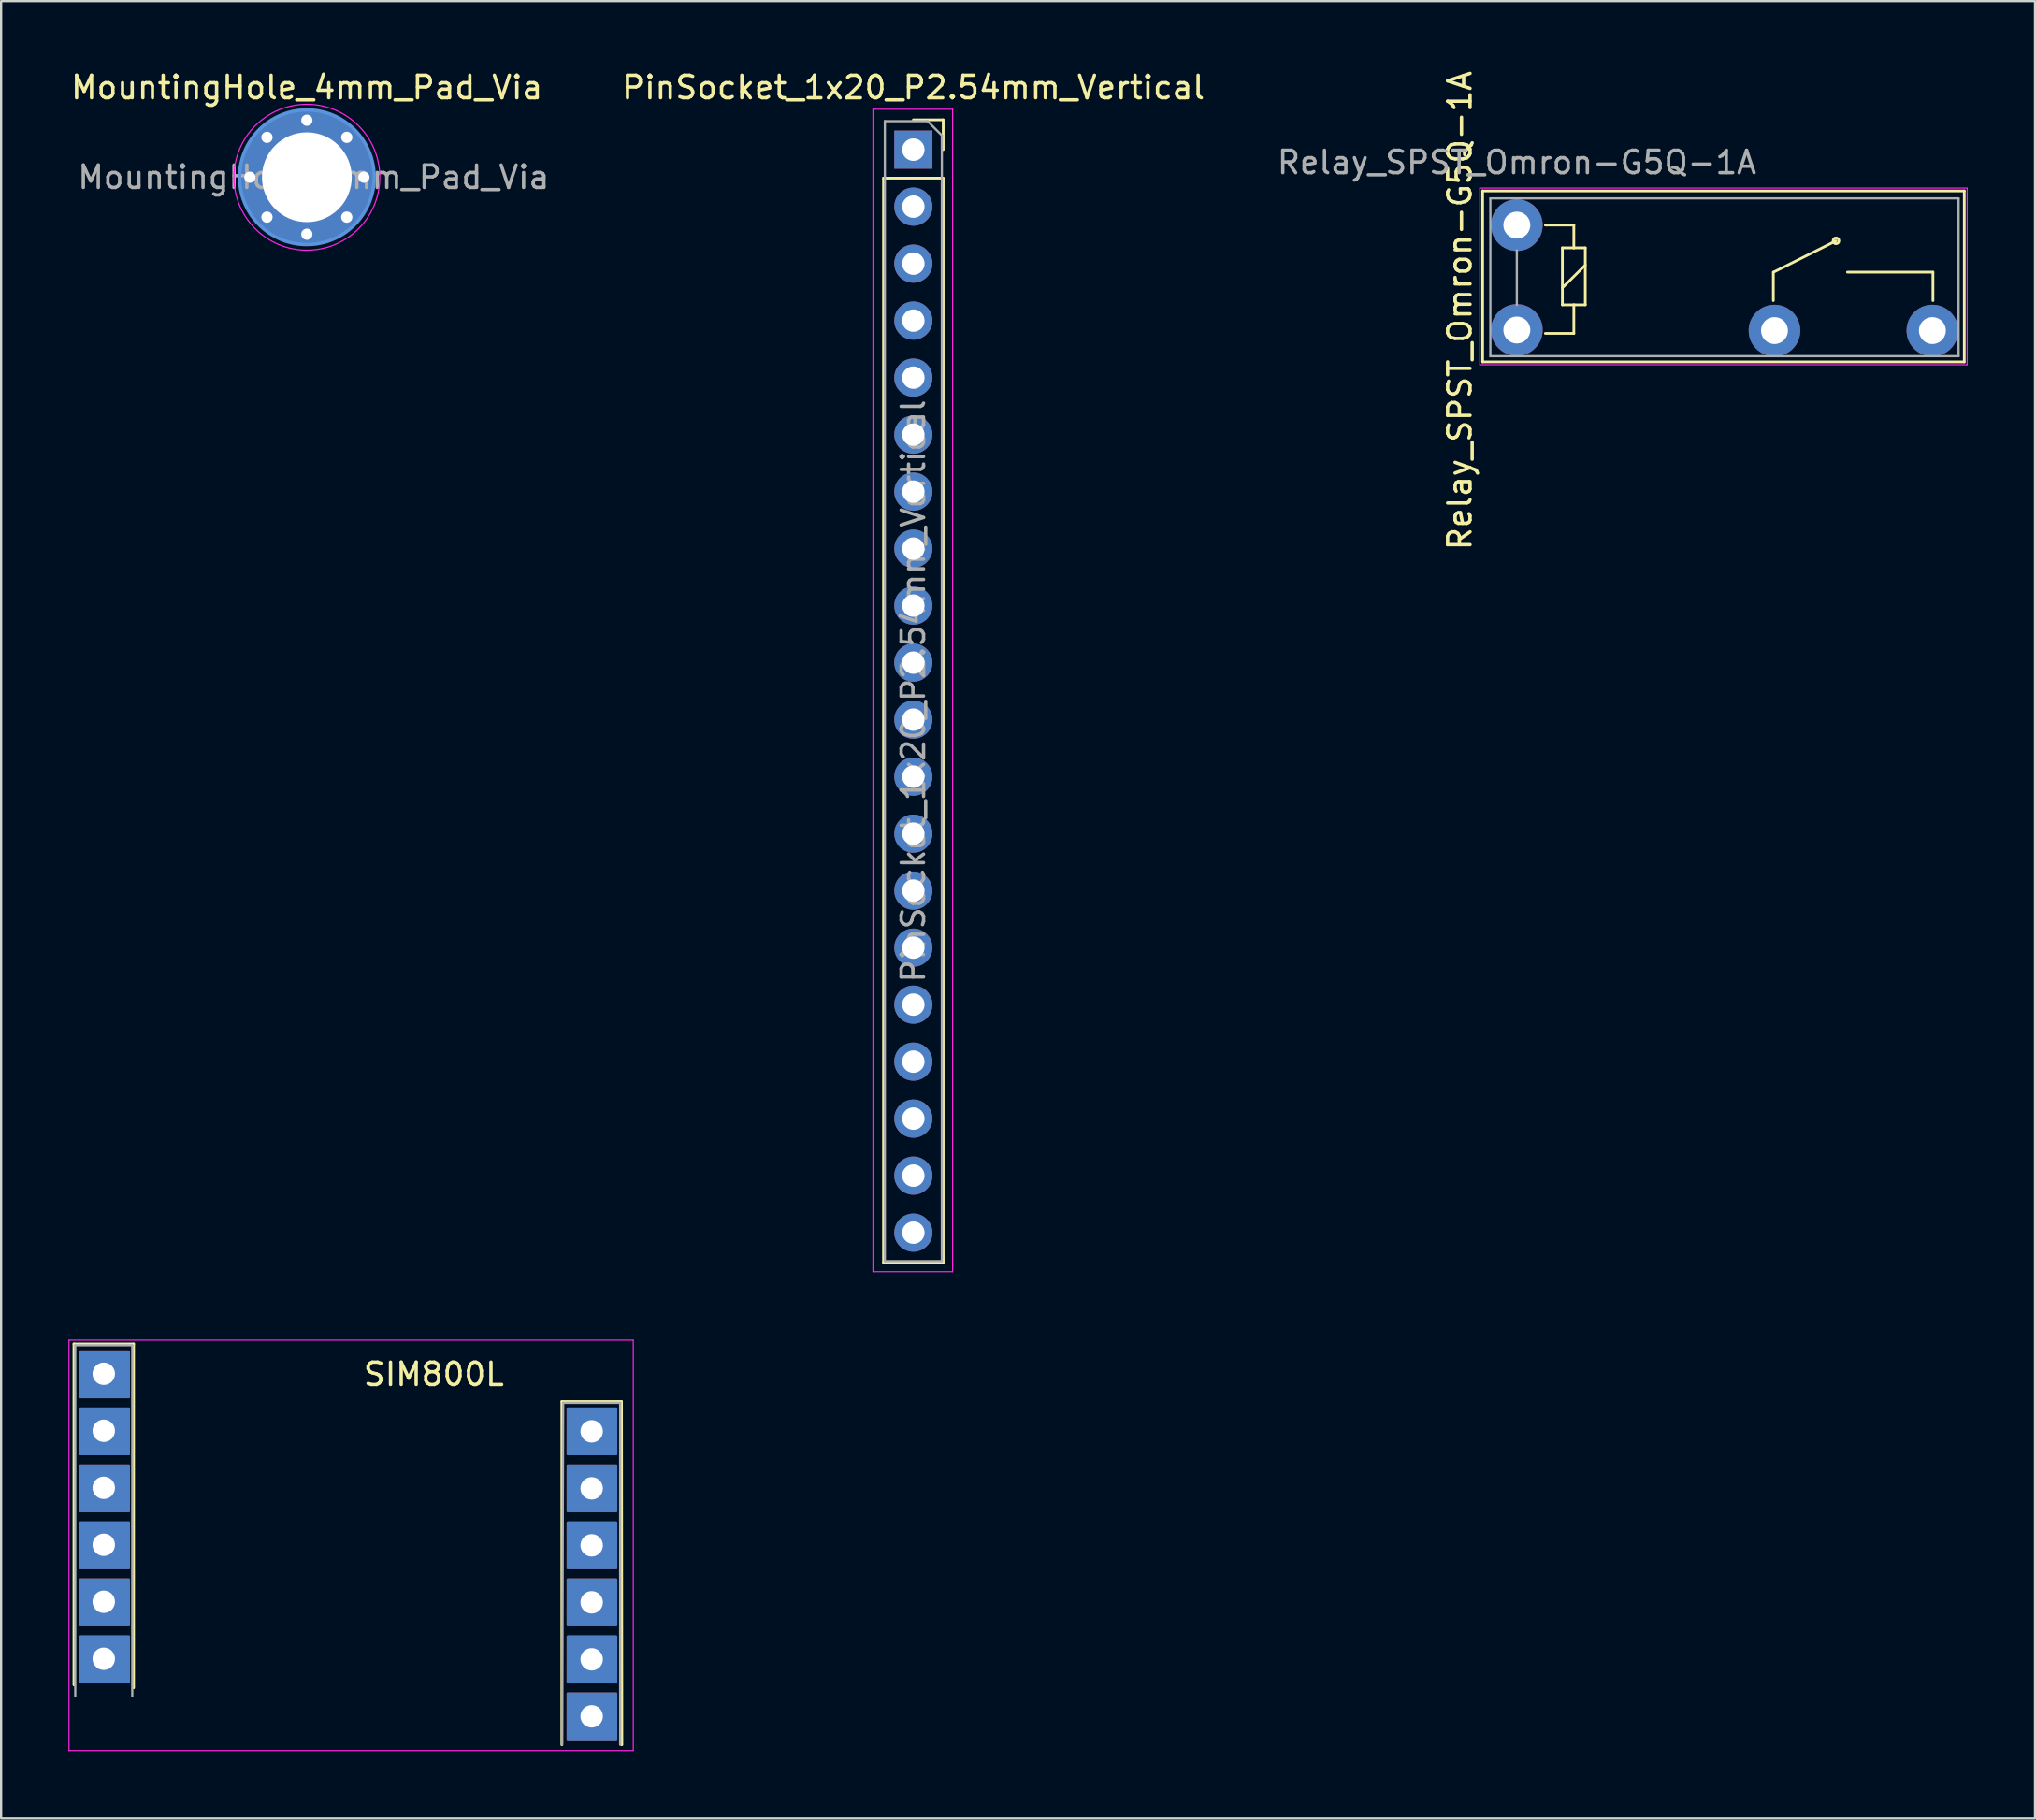
<source format=kicad_pcb>
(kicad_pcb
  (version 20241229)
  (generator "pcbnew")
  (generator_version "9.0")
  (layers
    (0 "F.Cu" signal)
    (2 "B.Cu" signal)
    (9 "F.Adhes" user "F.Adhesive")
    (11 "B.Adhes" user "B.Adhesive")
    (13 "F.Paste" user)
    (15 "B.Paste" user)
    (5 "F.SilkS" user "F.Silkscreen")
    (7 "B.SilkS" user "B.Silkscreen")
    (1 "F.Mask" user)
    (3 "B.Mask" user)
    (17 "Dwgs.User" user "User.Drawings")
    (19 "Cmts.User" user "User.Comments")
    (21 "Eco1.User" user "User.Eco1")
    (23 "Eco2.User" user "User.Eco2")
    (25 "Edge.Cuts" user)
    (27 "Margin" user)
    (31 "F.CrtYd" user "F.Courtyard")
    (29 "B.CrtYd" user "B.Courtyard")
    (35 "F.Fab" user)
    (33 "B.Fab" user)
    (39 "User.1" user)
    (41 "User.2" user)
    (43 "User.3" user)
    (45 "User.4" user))
  (footprint "SIM800L"
    (layer "F.Cu")
    (at 1.549 58.192)
    (property "Reference" "SIM800L" (at 14.732 0 0) (layer "F.SilkS") (effects (font (size 1 1) (thickness 0.15))))
    (attr through_hole)
    (fp_poly (pts (xy 1.143 1.016) (xy -1.016 1.016) (xy -1.016 -1.016) (xy 1.143 -1.016)) (stroke (width 0.1) (type solid)) (fill yes) (layer "F.Cu"))
    (fp_poly (pts (xy 1.143 3.556) (xy -1.016 3.556) (xy -1.016 1.524) (xy 1.143 1.524)) (stroke (width 0.1) (type solid)) (fill yes) (layer "F.Cu"))
    (fp_poly (pts (xy 1.143 6.096) (xy -1.016 6.096) (xy -1.016 4.064) (xy 1.143 4.064)) (stroke (width 0.1) (type solid)) (fill yes) (layer "F.Cu"))
    (fp_poly (pts (xy 1.143 8.636) (xy -1.016 8.636) (xy -1.016 6.604) (xy 1.143 6.604)) (stroke (width 0.1) (type solid)) (fill yes) (layer "F.Cu"))
    (fp_poly (pts (xy 1.143 11.176) (xy -1.016 11.176) (xy -1.016 9.144) (xy 1.143 9.144)) (stroke (width 0.1) (type solid)) (fill yes) (layer "F.Cu"))
    (fp_poly (pts (xy 1.143 13.716) (xy -1.016 13.716) (xy -1.016 11.684) (xy 1.143 11.684)) (stroke (width 0.1) (type solid)) (fill yes) (layer "F.Cu"))
    (fp_poly (pts (xy 22.86 3.556) (xy 20.701 3.556) (xy 20.701 1.524) (xy 22.86 1.524)) (stroke (width 0.1) (type solid)) (fill yes) (layer "F.Cu"))
    (fp_poly (pts (xy 22.86 6.096) (xy 20.701 6.096) (xy 20.701 4.064) (xy 22.86 4.064)) (stroke (width 0.1) (type solid)) (fill yes) (layer "F.Cu"))
    (fp_poly (pts (xy 22.86 8.636) (xy 20.701 8.636) (xy 20.701 6.604) (xy 22.86 6.604)) (stroke (width 0.1) (type solid)) (fill yes) (layer "F.Cu"))
    (fp_poly (pts (xy 22.86 11.176) (xy 20.701 11.176) (xy 20.701 9.144) (xy 22.86 9.144)) (stroke (width 0.1) (type solid)) (fill yes) (layer "F.Cu"))
    (fp_poly (pts (xy 22.86 13.716) (xy 20.701 13.716) (xy 20.701 11.684) (xy 22.86 11.684)) (stroke (width 0.1) (type solid)) (fill yes) (layer "F.Cu"))
    (fp_poly (pts (xy 22.86 16.256) (xy 20.701 16.256) (xy 20.701 14.224) (xy 22.86 14.224)) (stroke (width 0.1) (type solid)) (fill yes) (layer "F.Cu"))
    (fp_poly (pts (xy 1.143 1.016) (xy -1.016 1.016) (xy -1.016 -1.016) (xy 1.143 -1.016)) (stroke (width 0.1) (type solid)) (fill yes) (layer "B.Cu"))
    (fp_poly (pts (xy 1.143 3.556) (xy -1.016 3.556) (xy -1.016 1.524) (xy 1.143 1.524)) (stroke (width 0.1) (type solid)) (fill yes) (layer "B.Cu"))
    (fp_poly (pts (xy 1.143 6.096) (xy -1.016 6.096) (xy -1.016 4.064) (xy 1.143 4.064)) (stroke (width 0.1) (type solid)) (fill yes) (layer "B.Cu"))
    (fp_poly (pts (xy 1.143 8.636) (xy -1.016 8.636) (xy -1.016 6.604) (xy 1.143 6.604)) (stroke (width 0.1) (type solid)) (fill yes) (layer "B.Cu"))
    (fp_poly (pts (xy 1.143 11.176) (xy -1.016 11.176) (xy -1.016 9.144) (xy 1.143 9.144)) (stroke (width 0.1) (type solid)) (fill yes) (layer "B.Cu"))
    (fp_poly (pts (xy 1.143 13.716) (xy -1.016 13.716) (xy -1.016 11.684) (xy 1.143 11.684)) (stroke (width 0.1) (type solid)) (fill yes) (layer "B.Cu"))
    (fp_poly (pts (xy 22.86 3.556) (xy 20.701 3.556) (xy 20.701 1.524) (xy 22.86 1.524)) (stroke (width 0.1) (type solid)) (fill yes) (layer "B.Cu"))
    (fp_poly (pts (xy 22.86 6.096) (xy 20.701 6.096) (xy 20.701 4.064) (xy 22.86 4.064)) (stroke (width 0.1) (type solid)) (fill yes) (layer "B.Cu"))
    (fp_poly (pts (xy 22.86 8.636) (xy 20.701 8.636) (xy 20.701 6.604) (xy 22.86 6.604)) (stroke (width 0.1) (type solid)) (fill yes) (layer "B.Cu"))
    (fp_poly (pts (xy 22.86 11.176) (xy 20.701 11.176) (xy 20.701 9.144) (xy 22.86 9.144)) (stroke (width 0.1) (type solid)) (fill yes) (layer "B.Cu"))
    (fp_poly (pts (xy 22.86 13.716) (xy 20.701 13.716) (xy 20.701 11.684) (xy 22.86 11.684)) (stroke (width 0.1) (type solid)) (fill yes) (layer "B.Cu"))
    (fp_poly (pts (xy 22.86 16.256) (xy 20.701 16.256) (xy 20.701 14.224) (xy 22.86 14.224)) (stroke (width 0.1) (type solid)) (fill yes) (layer "B.Cu"))
    (fp_line (start -1.305 13.843) (end -1.305 -1.355) (stroke (width 0.12) (type solid)) (layer "F.SilkS"))
    (fp_line (start 1.355 -1.355) (end -1.305 -1.355) (stroke (width 0.12) (type solid)) (layer "F.SilkS"))
    (fp_line (start 1.355 13.97) (end 1.355 -1.355) (stroke (width 0.12) (type solid)) (layer "F.SilkS"))
    (fp_line (start 20.438 16.51) (end 20.438 1.21) (stroke (width 0.12) (type solid)) (layer "F.SilkS"))
    (fp_line (start 23.098 1.21) (end 20.438 1.21) (stroke (width 0.12) (type solid)) (layer "F.SilkS"))
    (fp_line (start 23.114 16.51) (end 23.098 1.21) (stroke (width 0.12) (type solid)) (layer "F.SilkS"))
    (fp_line (start -1.524 16.764) (end -1.524 -1.524) (stroke (width 0.05) (type solid)) (layer "F.CrtYd"))
    (fp_line (start 23.622 -1.524) (end -1.524 -1.524) (stroke (width 0.05) (type solid)) (layer "F.CrtYd"))
    (fp_line (start 23.622 -1.524) (end 23.622 16.764) (stroke (width 0.05) (type solid)) (layer "F.CrtYd"))
    (fp_line (start 23.622 16.764) (end -1.524 16.764) (stroke (width 0.05) (type solid)) (layer "F.CrtYd"))
    (fp_line (start -1.245 -1.295) (end 1.295 -1.295) (stroke (width 0.1) (type solid)) (layer "F.Fab"))
    (fp_line (start -1.245 14.351) (end -1.245 -1.295) (stroke (width 0.1) (type solid)) (layer "F.Fab"))
    (fp_line (start 1.295 -1.295) (end 1.295 14.351) (stroke (width 0.1) (type solid)) (layer "F.Fab"))
    (fp_line (start 20.447 16.51) (end 20.498 1.27) (stroke (width 0.1) (type solid)) (layer "F.Fab"))
    (fp_line (start 20.498 1.27) (end 23.038 1.27) (stroke (width 0.1) (type solid)) (layer "F.Fab"))
    (fp_line (start 23.038 1.27) (end 23.038 16.51) (stroke (width 0.1) (type solid)) (layer "F.Fab"))
    (pad "1" thru_hole oval (at 21.768 2.54 180) (size 1.7 1.7) (drill 1) (layers "*.Cu" "*.Mask"))
    (pad "2" thru_hole oval (at 21.768 5.08 180) (size 1.7 1.7) (drill 1) (layers "*.Cu" "*.Mask"))
    (pad "3" thru_hole oval (at 21.768 7.62 180) (size 1.7 1.7) (drill 1) (layers "*.Cu" "*.Mask"))
    (pad "4" thru_hole oval (at 21.768 10.16 180) (size 1.7 1.7) (drill 1) (layers "*.Cu" "*.Mask"))
    (pad "5" thru_hole oval (at 21.768 12.7 180) (size 1.7 1.7) (drill 1) (layers "*.Cu" "*.Mask"))
    (pad "6" thru_hole oval (at 21.768 15.24 180) (size 1.7 1.7) (drill 1) (layers "*.Cu" "*.Mask"))
    (pad "7" thru_hole oval (at 0.025 12.675 180) (size 1.7 1.7) (drill 1) (layers "*.Cu" "*.Mask"))
    (pad "8" thru_hole oval (at 0.025 10.135 180) (size 1.7 1.7) (drill 1) (layers "*.Cu" "*.Mask"))
    (pad "9" thru_hole oval (at 0.025 7.595 180) (size 1.7 1.7) (drill 1) (layers "*.Cu" "*.Mask"))
    (pad "10" thru_hole oval (at 0.025 5.055 180) (size 1.7 1.7) (drill 1) (layers "*.Cu" "*.Mask"))
    (pad "11" thru_hole oval (at 0.025 2.515 180) (size 1.7 1.7) (drill 1) (layers "*.Cu" "*.Mask"))
    (pad "12" thru_hole circle (at 0.025 -0.025 180) (size 1.7 1.7) (drill 1) (layers "*.Cu" "*.Mask")))
  (footprint "Relay_SPST_Omron-G5Q-1A"
    (layer "F.Cu")
    (at 64.544 14.602)
    (property "Reference" "Relay_SPST_Omron-G5Q-1A" (at -2.54 -3.81 270) (layer "F.SilkS") (effects (font (size 1 1) (thickness 0.15))))
    (attr through_hole)
    (fp_line (start -1.524 -9.144) (end 19.939 -9.144) (stroke (width 0.12) (type solid)) (layer "F.SilkS"))
    (fp_line (start -1.524 -1.524) (end -1.524 -9.144) (stroke (width 0.12) (type solid)) (layer "F.SilkS"))
    (fp_line (start -1.524 -1.524) (end 19.939 -1.524) (stroke (width 0.12) (type solid)) (layer "F.SilkS"))
    (fp_line (start 1.27 -2.794) (end 2.54 -2.794) (stroke (width 0.12) (type solid)) (layer "F.SilkS"))
    (fp_line (start 2.03 -6.608) (end 2.54 -6.608) (stroke (width 0.12) (type solid)) (layer "F.SilkS"))
    (fp_line (start 2.03 -4.828) (end 3.05 -5.838) (stroke (width 0.12) (type solid)) (layer "F.SilkS"))
    (fp_line (start 2.03 -4.068) (end 2.03 -6.608) (stroke (width 0.12) (type solid)) (layer "F.SilkS"))
    (fp_line (start 2.54 -7.62) (end 1.27 -7.62) (stroke (width 0.12) (type solid)) (layer "F.SilkS"))
    (fp_line (start 2.54 -6.608) (end 3.05 -6.608) (stroke (width 0.12) (type solid)) (layer "F.SilkS"))
    (fp_line (start 2.54 -6.604) (end 2.54 -7.62) (stroke (width 0.12) (type solid)) (layer "F.SilkS"))
    (fp_line (start 2.54 -4.068) (end 2.03 -4.068) (stroke (width 0.12) (type solid)) (layer "F.SilkS"))
    (fp_line (start 2.54 -2.794) (end 2.54 -4.064) (stroke (width 0.12) (type solid)) (layer "F.SilkS"))
    (fp_line (start 3.05 -6.608) (end 3.05 -4.068) (stroke (width 0.12) (type solid)) (layer "F.SilkS"))
    (fp_line (start 3.05 -4.068) (end 2.54 -4.068) (stroke (width 0.12) (type solid)) (layer "F.SilkS"))
    (fp_line (start 11.43 -5.524) (end 11.43 -4.255) (stroke (width 0.12) (type solid)) (layer "F.SilkS"))
    (fp_line (start 14.224 -6.921) (end 11.434 -5.521) (stroke (width 0.12) (type solid)) (layer "F.SilkS"))
    (fp_line (start 18.542 -5.524) (end 14.732 -5.524) (stroke (width 0.12) (type solid)) (layer "F.SilkS"))
    (fp_line (start 18.542 -5.524) (end 18.542 -4.255) (stroke (width 0.12) (type solid)) (layer "F.SilkS"))
    (fp_line (start 19.939 -1.524) (end 19.939 -9.144) (stroke (width 0.12) (type solid)) (layer "F.SilkS"))
    (fp_circle (center 14.224 -6.921) (end 14.224 -7.051) (stroke (width 0.12) (type solid)) (fill no) (layer "F.SilkS"))
    (fp_line (start -1.651 -9.271) (end 20.066 -9.271) (stroke (width 0.05) (type solid)) (layer "F.CrtYd"))
    (fp_line (start -1.651 -1.397) (end -1.651 -9.271) (stroke (width 0.05) (type solid)) (layer "F.CrtYd"))
    (fp_line (start 20.066 -9.271) (end 20.066 -1.397) (stroke (width 0.05) (type solid)) (layer "F.CrtYd"))
    (fp_line (start 20.066 -1.397) (end -1.651 -1.397) (stroke (width 0.05) (type solid)) (layer "F.CrtYd"))
    (fp_line (start -1.18 -8.81) (end 19.685 -8.81) (stroke (width 0.1) (type solid)) (layer "F.Fab"))
    (fp_line (start -1.18 -1.778) (end -1.18 -8.81) (stroke (width 0.1) (type solid)) (layer "F.Fab"))
    (fp_line (start 0 -4.064) (end 0 -6.5) (stroke (width 0.1) (type solid)) (layer "F.Fab"))
    (fp_line (start 19.685 -8.81) (end 19.685 -1.778) (stroke (width 0.1) (type solid)) (layer "F.Fab"))
    (fp_line (start 19.685 -1.778) (end -1.18 -1.778) (stroke (width 0.1) (type solid)) (layer "F.Fab"))
    (fp_text user "${REFERENCE}" (at 0 -10.414 0) (layer "F.Fab") (effects (font (size 1 1) (thickness 0.15))))
    (pad "1" thru_hole circle (at 0 -2.946 180) (size 2.3 2.3) (drill 1.2) (layers "*.Cu" "*.Mask"))
    (pad "2" thru_hole circle (at 11.481 -2.921 180) (size 2.3 2.3) (drill 1.2) (layers "*.Cu" "*.Mask"))
    (pad "3" thru_hole circle (at 18.517 -2.921 180) (size 2.3 2.3) (drill 1.2) (layers "*.Cu" "*.Mask"))
    (pad "5" thru_hole circle (at 0 -7.62 180) (size 2.3 2.3) (drill 1.2) (layers "*.Cu" "*.Mask")))
  (footprint "MountingHole_4mm_Pad_Via"
    (layer "F.Cu")
    (at 10.625 4.848)
    (property "Reference" "MountingHole_4mm_Pad_Via" (at 0 -4 0) (layer "F.SilkS") (effects (font (size 1 1) (thickness 0.15))))
    (attr exclude_from_pos_files exclude_from_bom)
    (fp_circle (center 0 0) (end 3 0) (stroke (width 0.15) (type solid)) (fill no) (layer "Cmts.User"))
    (fp_circle (center 0 0) (end 3.25 0) (stroke (width 0.05) (type solid)) (fill no) (layer "F.CrtYd"))
    (fp_text user "${REFERENCE}" (at 0.3 0 0) (layer "F.Fab") (effects (font (size 1 1) (thickness 0.15))))
    (pad "1" thru_hole circle (at -2.54 0) (size 0.8 0.8) (drill 0.5) (layers "*.Cu" "*.Mask"))
    (pad "1" thru_hole circle (at -1.778 -1.778) (size 0.8 0.8) (drill 0.5) (layers "*.Cu" "*.Mask"))
    (pad "1" thru_hole circle (at -1.778 1.778) (size 0.8 0.8) (drill 0.5) (layers "*.Cu" "*.Mask"))
    (pad "1" thru_hole circle (at 0 -2.54) (size 0.8 0.8) (drill 0.5) (layers "*.Cu" "*.Mask"))
    (pad "1" thru_hole circle (at 0 0) (size 6 6) (drill 4) (layers "*.Cu" "*.Mask"))
    (pad "1" thru_hole circle (at 0 2.54 90) (size 0.8 0.8) (drill 0.5) (layers "*.Cu" "*.Mask"))
    (pad "1" thru_hole circle (at 1.778 -1.778) (size 0.8 0.8) (drill 0.5) (layers "*.Cu" "*.Mask"))
    (pad "1" thru_hole circle (at 1.778 1.778) (size 0.8 0.8) (drill 0.5) (layers "*.Cu" "*.Mask"))
    (pad "1" thru_hole circle (at 2.54 0) (size 0.8 0.8) (drill 0.5) (layers "*.Cu" "*.Mask")))
  (footprint "PinSocket_1x20_P2.54mm_Vertical"
    (layer "F.Cu")
    (at 37.651 3.618)
    (property "Reference" "PinSocket_1x20_P2.54mm_Vertical" (at 0 -2.77 0) (layer "F.SilkS") (effects (font (size 1 1) (thickness 0.15))))
    (attr through_hole)
    (fp_line (start -1.33 1.27) (end -1.33 49.59) (stroke (width 0.12) (type solid)) (layer "F.SilkS"))
    (fp_line (start -1.33 1.27) (end 1.33 1.27) (stroke (width 0.12) (type solid)) (layer "F.SilkS"))
    (fp_line (start -1.33 49.59) (end 1.33 49.59) (stroke (width 0.12) (type solid)) (layer "F.SilkS"))
    (fp_line (start 0 -1.33) (end 1.33 -1.33) (stroke (width 0.12) (type solid)) (layer "F.SilkS"))
    (fp_line (start 1.33 -1.33) (end 1.33 0) (stroke (width 0.12) (type solid)) (layer "F.SilkS"))
    (fp_line (start 1.33 1.27) (end 1.33 49.59) (stroke (width 0.12) (type solid)) (layer "F.SilkS"))
    (fp_line (start -1.8 -1.8) (end 1.75 -1.8) (stroke (width 0.05) (type solid)) (layer "F.CrtYd"))
    (fp_line (start -1.8 50) (end -1.8 -1.8) (stroke (width 0.05) (type solid)) (layer "F.CrtYd"))
    (fp_line (start 1.75 -1.8) (end 1.75 50) (stroke (width 0.05) (type solid)) (layer "F.CrtYd"))
    (fp_line (start 1.75 50) (end -1.8 50) (stroke (width 0.05) (type solid)) (layer "F.CrtYd"))
    (fp_line (start -1.27 -1.27) (end 0.635 -1.27) (stroke (width 0.1) (type solid)) (layer "F.Fab"))
    (fp_line (start -1.27 49.53) (end -1.27 -1.27) (stroke (width 0.1) (type solid)) (layer "F.Fab"))
    (fp_line (start 0.635 -1.27) (end 1.27 -0.635) (stroke (width 0.1) (type solid)) (layer "F.Fab"))
    (fp_line (start 1.27 -0.635) (end 1.27 49.53) (stroke (width 0.1) (type solid)) (layer "F.Fab"))
    (fp_line (start 1.27 49.53) (end -1.27 49.53) (stroke (width 0.1) (type solid)) (layer "F.Fab"))
    (fp_text user "${REFERENCE}" (at 0 24.13 90) (layer "F.Fab") (effects (font (size 1 1) (thickness 0.15))))
    (pad "1" thru_hole rect (at 0 0) (size 1.7 1.7) (drill 1) (layers "*.Cu" "*.Mask"))
    (pad "2" thru_hole oval (at 0 2.54) (size 1.7 1.7) (drill 1) (layers "*.Cu" "*.Mask"))
    (pad "3" thru_hole oval (at 0 5.08) (size 1.7 1.7) (drill 1) (layers "*.Cu" "*.Mask"))
    (pad "4" thru_hole oval (at 0 7.62) (size 1.7 1.7) (drill 1) (layers "*.Cu" "*.Mask"))
    (pad "5" thru_hole oval (at 0 10.16) (size 1.7 1.7) (drill 1) (layers "*.Cu" "*.Mask"))
    (pad "6" thru_hole oval (at 0 12.7) (size 1.7 1.7) (drill 1) (layers "*.Cu" "*.Mask"))
    (pad "7" thru_hole oval (at 0 15.24) (size 1.7 1.7) (drill 1) (layers "*.Cu" "*.Mask"))
    (pad "8" thru_hole oval (at 0 17.78) (size 1.7 1.7) (drill 1) (layers "*.Cu" "*.Mask"))
    (pad "9" thru_hole oval (at 0 20.32) (size 1.7 1.7) (drill 1) (layers "*.Cu" "*.Mask"))
    (pad "10" thru_hole oval (at 0 22.86) (size 1.7 1.7) (drill 1) (layers "*.Cu" "*.Mask"))
    (pad "11" thru_hole oval (at 0 25.4) (size 1.7 1.7) (drill 1) (layers "*.Cu" "*.Mask"))
    (pad "12" thru_hole oval (at 0 27.94) (size 1.7 1.7) (drill 1) (layers "*.Cu" "*.Mask"))
    (pad "13" thru_hole oval (at 0 30.48) (size 1.7 1.7) (drill 1) (layers "*.Cu" "*.Mask"))
    (pad "14" thru_hole oval (at 0 33.02) (size 1.7 1.7) (drill 1) (layers "*.Cu" "*.Mask"))
    (pad "15" thru_hole oval (at 0 35.56) (size 1.7 1.7) (drill 1) (layers "*.Cu" "*.Mask"))
    (pad "16" thru_hole oval (at 0 38.1) (size 1.7 1.7) (drill 1) (layers "*.Cu" "*.Mask"))
    (pad "17" thru_hole oval (at 0 40.64) (size 1.7 1.7) (drill 1) (layers "*.Cu" "*.Mask"))
    (pad "18" thru_hole oval (at 0 43.18) (size 1.7 1.7) (drill 1) (layers "*.Cu" "*.Mask"))
    (pad "19" thru_hole oval (at 0 45.72) (size 1.7 1.7) (drill 1) (layers "*.Cu" "*.Mask"))
    (pad "20" thru_hole oval (at 0 48.26) (size 1.7 1.7) (drill 1) (layers "*.Cu" "*.Mask")))
  (gr_rect
    (start -3 -3)
    (end 87.635 77.981)
    (stroke (width 0.1) (type default))
    (fill no)
    (layer "Edge.Cuts")))
</source>
